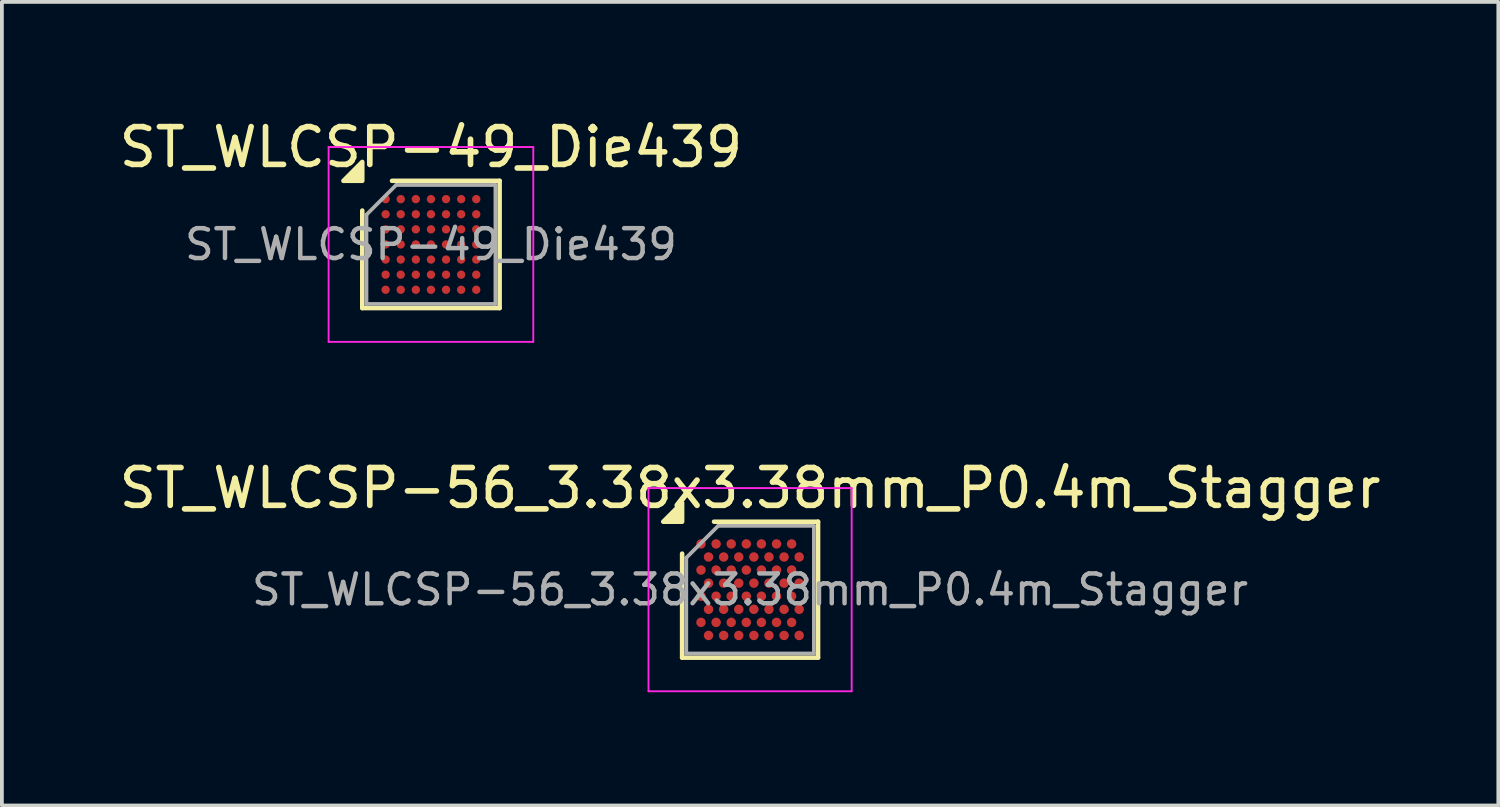
<source format=kicad_pcb>
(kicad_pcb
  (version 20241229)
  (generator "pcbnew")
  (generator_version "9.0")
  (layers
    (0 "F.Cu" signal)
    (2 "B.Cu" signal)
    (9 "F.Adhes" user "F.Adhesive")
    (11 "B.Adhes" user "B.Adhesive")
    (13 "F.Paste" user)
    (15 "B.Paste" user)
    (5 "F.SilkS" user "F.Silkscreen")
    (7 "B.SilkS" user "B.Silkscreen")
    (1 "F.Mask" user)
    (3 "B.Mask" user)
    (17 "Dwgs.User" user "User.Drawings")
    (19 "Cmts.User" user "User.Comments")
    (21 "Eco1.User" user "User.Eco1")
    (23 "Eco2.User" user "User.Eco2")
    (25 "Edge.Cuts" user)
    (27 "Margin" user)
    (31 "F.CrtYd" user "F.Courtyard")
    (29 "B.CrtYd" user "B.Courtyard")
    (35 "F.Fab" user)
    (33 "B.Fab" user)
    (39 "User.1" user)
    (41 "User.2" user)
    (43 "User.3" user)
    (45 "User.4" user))
  (footprint "ST_WLCSP-56_3.38x3.38mm_P0.4m_Stagger"
    (layer "F.Cu")
    (at 16.815 12.567)
    (property "Reference" "ST_WLCSP-56_3.38x3.38mm_P0.4m_Stagger" (at 0 -2.69 0) (layer "F.SilkS") (effects (font (size 1 1) (thickness 0.15))))
    (attr smd)
    (fp_line (start -1.8 1.8) (end -1.8 -0.955) (stroke (width 0.12) (type solid)) (layer "F.SilkS"))
    (fp_line (start -0.955 -1.8) (end 1.8 -1.8) (stroke (width 0.12) (type solid)) (layer "F.SilkS"))
    (fp_line (start 1.8 -1.8) (end 1.8 1.8) (stroke (width 0.12) (type solid)) (layer "F.SilkS"))
    (fp_line (start 1.8 1.8) (end -1.8 1.8) (stroke (width 0.12) (type solid)) (layer "F.SilkS"))
    (fp_poly (pts (xy -1.8 -1.8) (xy -2.3 -1.8) (xy -1.8 -2.3) (xy -1.8 -1.8)) (stroke (width 0.12) (type solid)) (fill yes) (layer "F.SilkS"))
    (fp_line (start -2.69 -2.69) (end -2.69 2.69) (stroke (width 0.05) (type solid)) (layer "F.CrtYd"))
    (fp_line (start -2.69 2.69) (end 2.69 2.69) (stroke (width 0.05) (type solid)) (layer "F.CrtYd"))
    (fp_line (start 2.69 -2.69) (end -2.69 -2.69) (stroke (width 0.05) (type solid)) (layer "F.CrtYd"))
    (fp_line (start 2.69 2.69) (end 2.69 -2.69) (stroke (width 0.05) (type solid)) (layer "F.CrtYd"))
    (fp_line (start -1.69 -0.845) (end -0.845 -1.69) (stroke (width 0.1) (type solid)) (layer "F.Fab"))
    (fp_line (start -1.69 1.69) (end -1.69 -0.845) (stroke (width 0.1) (type solid)) (layer "F.Fab"))
    (fp_line (start -0.845 -1.69) (end 1.69 -1.69) (stroke (width 0.1) (type solid)) (layer "F.Fab"))
    (fp_line (start 1.69 -1.69) (end 1.69 1.69) (stroke (width 0.1) (type solid)) (layer "F.Fab"))
    (fp_line (start 1.69 1.69) (end -1.69 1.69) (stroke (width 0.1) (type solid)) (layer "F.Fab"))
    (fp_text user "${REFERENCE}" (at 0 0 0) (layer "F.Fab") (effects (font (size 0.79 0.79) (thickness 0.118))))
    (pad "A1" smd circle (at -1.3 -1.212) (size 0.25 0.25) (property pad_prop_bga) (layers "F.Cu" "F.Mask" "F.Paste"))
    (pad "A3" smd circle (at -0.9 -1.212) (size 0.25 0.25) (property pad_prop_bga) (layers "F.Cu" "F.Mask" "F.Paste"))
    (pad "A5" smd circle (at -0.5 -1.212) (size 0.25 0.25) (property pad_prop_bga) (layers "F.Cu" "F.Mask" "F.Paste"))
    (pad "A7" smd circle (at -0.1 -1.212) (size 0.25 0.25) (property pad_prop_bga) (layers "F.Cu" "F.Mask" "F.Paste"))
    (pad "A9" smd circle (at 0.3 -1.212) (size 0.25 0.25) (property pad_prop_bga) (layers "F.Cu" "F.Mask" "F.Paste"))
    (pad "A11" smd circle (at 0.7 -1.212) (size 0.25 0.25) (property pad_prop_bga) (layers "F.Cu" "F.Mask" "F.Paste"))
    (pad "A13" smd circle (at 1.1 -1.212) (size 0.25 0.25) (property pad_prop_bga) (layers "F.Cu" "F.Mask" "F.Paste"))
    (pad "B2" smd circle (at -1.1 -0.866) (size 0.25 0.25) (property pad_prop_bga) (layers "F.Cu" "F.Mask" "F.Paste"))
    (pad "B4" smd circle (at -0.7 -0.866) (size 0.25 0.25) (property pad_prop_bga) (layers "F.Cu" "F.Mask" "F.Paste"))
    (pad "B6" smd circle (at -0.3 -0.866) (size 0.25 0.25) (property pad_prop_bga) (layers "F.Cu" "F.Mask" "F.Paste"))
    (pad "B8" smd circle (at 0.1 -0.866) (size 0.25 0.25) (property pad_prop_bga) (layers "F.Cu" "F.Mask" "F.Paste"))
    (pad "B10" smd circle (at 0.5 -0.866) (size 0.25 0.25) (property pad_prop_bga) (layers "F.Cu" "F.Mask" "F.Paste"))
    (pad "B12" smd circle (at 0.9 -0.866) (size 0.25 0.25) (property pad_prop_bga) (layers "F.Cu" "F.Mask" "F.Paste"))
    (pad "B14" smd circle (at 1.3 -0.866) (size 0.25 0.25) (property pad_prop_bga) (layers "F.Cu" "F.Mask" "F.Paste"))
    (pad "C1" smd circle (at -1.3 -0.52) (size 0.25 0.25) (property pad_prop_bga) (layers "F.Cu" "F.Mask" "F.Paste"))
    (pad "C3" smd circle (at -0.9 -0.52) (size 0.25 0.25) (property pad_prop_bga) (layers "F.Cu" "F.Mask" "F.Paste"))
    (pad "C5" smd circle (at -0.5 -0.52) (size 0.25 0.25) (property pad_prop_bga) (layers "F.Cu" "F.Mask" "F.Paste"))
    (pad "C7" smd circle (at -0.1 -0.52) (size 0.25 0.25) (property pad_prop_bga) (layers "F.Cu" "F.Mask" "F.Paste"))
    (pad "C9" smd circle (at 0.3 -0.52) (size 0.25 0.25) (property pad_prop_bga) (layers "F.Cu" "F.Mask" "F.Paste"))
    (pad "C11" smd circle (at 0.7 -0.52) (size 0.25 0.25) (property pad_prop_bga) (layers "F.Cu" "F.Mask" "F.Paste"))
    (pad "C13" smd circle (at 1.1 -0.52) (size 0.25 0.25) (property pad_prop_bga) (layers "F.Cu" "F.Mask" "F.Paste"))
    (pad "D2" smd circle (at -1.1 -0.173) (size 0.25 0.25) (property pad_prop_bga) (layers "F.Cu" "F.Mask" "F.Paste"))
    (pad "D4" smd circle (at -0.7 -0.173) (size 0.25 0.25) (property pad_prop_bga) (layers "F.Cu" "F.Mask" "F.Paste"))
    (pad "D6" smd circle (at -0.3 -0.173) (size 0.25 0.25) (property pad_prop_bga) (layers "F.Cu" "F.Mask" "F.Paste"))
    (pad "D8" smd circle (at 0.1 -0.173) (size 0.25 0.25) (property pad_prop_bga) (layers "F.Cu" "F.Mask" "F.Paste"))
    (pad "D10" smd circle (at 0.5 -0.173) (size 0.25 0.25) (property pad_prop_bga) (layers "F.Cu" "F.Mask" "F.Paste"))
    (pad "D12" smd circle (at 0.9 -0.173) (size 0.25 0.25) (property pad_prop_bga) (layers "F.Cu" "F.Mask" "F.Paste"))
    (pad "D14" smd circle (at 1.3 -0.173) (size 0.25 0.25) (property pad_prop_bga) (layers "F.Cu" "F.Mask" "F.Paste"))
    (pad "E1" smd circle (at -1.3 0.173) (size 0.25 0.25) (property pad_prop_bga) (layers "F.Cu" "F.Mask" "F.Paste"))
    (pad "E3" smd circle (at -0.9 0.173) (size 0.25 0.25) (property pad_prop_bga) (layers "F.Cu" "F.Mask" "F.Paste"))
    (pad "E5" smd circle (at -0.5 0.173) (size 0.25 0.25) (property pad_prop_bga) (layers "F.Cu" "F.Mask" "F.Paste"))
    (pad "E7" smd circle (at -0.1 0.173) (size 0.25 0.25) (property pad_prop_bga) (layers "F.Cu" "F.Mask" "F.Paste"))
    (pad "E9" smd circle (at 0.3 0.173) (size 0.25 0.25) (property pad_prop_bga) (layers "F.Cu" "F.Mask" "F.Paste"))
    (pad "E11" smd circle (at 0.7 0.173) (size 0.25 0.25) (property pad_prop_bga) (layers "F.Cu" "F.Mask" "F.Paste"))
    (pad "E13" smd circle (at 1.1 0.173) (size 0.25 0.25) (property pad_prop_bga) (layers "F.Cu" "F.Mask" "F.Paste"))
    (pad "F2" smd circle (at -1.1 0.52) (size 0.25 0.25) (property pad_prop_bga) (layers "F.Cu" "F.Mask" "F.Paste"))
    (pad "F4" smd circle (at -0.7 0.52) (size 0.25 0.25) (property pad_prop_bga) (layers "F.Cu" "F.Mask" "F.Paste"))
    (pad "F6" smd circle (at -0.3 0.52) (size 0.25 0.25) (property pad_prop_bga) (layers "F.Cu" "F.Mask" "F.Paste"))
    (pad "F8" smd circle (at 0.1 0.52) (size 0.25 0.25) (property pad_prop_bga) (layers "F.Cu" "F.Mask" "F.Paste"))
    (pad "F10" smd circle (at 0.5 0.52) (size 0.25 0.25) (property pad_prop_bga) (layers "F.Cu" "F.Mask" "F.Paste"))
    (pad "F12" smd circle (at 0.9 0.52) (size 0.25 0.25) (property pad_prop_bga) (layers "F.Cu" "F.Mask" "F.Paste"))
    (pad "F14" smd circle (at 1.3 0.52) (size 0.25 0.25) (property pad_prop_bga) (layers "F.Cu" "F.Mask" "F.Paste"))
    (pad "G1" smd circle (at -1.3 0.866) (size 0.25 0.25) (property pad_prop_bga) (layers "F.Cu" "F.Mask" "F.Paste"))
    (pad "G3" smd circle (at -0.9 0.866) (size 0.25 0.25) (property pad_prop_bga) (layers "F.Cu" "F.Mask" "F.Paste"))
    (pad "G5" smd circle (at -0.5 0.866) (size 0.25 0.25) (property pad_prop_bga) (layers "F.Cu" "F.Mask" "F.Paste"))
    (pad "G7" smd circle (at -0.1 0.866) (size 0.25 0.25) (property pad_prop_bga) (layers "F.Cu" "F.Mask" "F.Paste"))
    (pad "G9" smd circle (at 0.3 0.866) (size 0.25 0.25) (property pad_prop_bga) (layers "F.Cu" "F.Mask" "F.Paste"))
    (pad "G11" smd circle (at 0.7 0.866) (size 0.25 0.25) (property pad_prop_bga) (layers "F.Cu" "F.Mask" "F.Paste"))
    (pad "G13" smd circle (at 1.1 0.866) (size 0.25 0.25) (property pad_prop_bga) (layers "F.Cu" "F.Mask" "F.Paste"))
    (pad "H2" smd circle (at -1.1 1.212) (size 0.25 0.25) (property pad_prop_bga) (layers "F.Cu" "F.Mask" "F.Paste"))
    (pad "H4" smd circle (at -0.7 1.212) (size 0.25 0.25) (property pad_prop_bga) (layers "F.Cu" "F.Mask" "F.Paste"))
    (pad "H6" smd circle (at -0.3 1.212) (size 0.25 0.25) (property pad_prop_bga) (layers "F.Cu" "F.Mask" "F.Paste"))
    (pad "H8" smd circle (at 0.1 1.212) (size 0.25 0.25) (property pad_prop_bga) (layers "F.Cu" "F.Mask" "F.Paste"))
    (pad "H10" smd circle (at 0.5 1.212) (size 0.25 0.25) (property pad_prop_bga) (layers "F.Cu" "F.Mask" "F.Paste"))
    (pad "H12" smd circle (at 0.9 1.212) (size 0.25 0.25) (property pad_prop_bga) (layers "F.Cu" "F.Mask" "F.Paste"))
    (pad "H14" smd circle (at 1.3 1.212) (size 0.25 0.25) (property pad_prop_bga) (layers "F.Cu" "F.Mask" "F.Paste")))
  (footprint "ST_WLCSP-49_Die439"
    (layer "F.Cu")
    (at 8.363 3.424)
    (property "Reference" "ST_WLCSP-49_Die439" (at 0 -2.575 0) (layer "F.SilkS") (effects (font (size 1 1) (thickness 0.15))))
    (attr smd)
    (fp_line (start -1.819 1.685) (end -1.819 -0.898) (stroke (width 0.12) (type solid)) (layer "F.SilkS"))
    (fp_line (start -1.031 -1.685) (end 1.819 -1.685) (stroke (width 0.12) (type solid)) (layer "F.SilkS"))
    (fp_line (start 1.819 -1.685) (end 1.819 1.685) (stroke (width 0.12) (type solid)) (layer "F.SilkS"))
    (fp_line (start 1.819 1.685) (end -1.819 1.685) (stroke (width 0.12) (type solid)) (layer "F.SilkS"))
    (fp_poly (pts (xy -1.819 -1.685) (xy -2.318 -1.685) (xy -1.819 -2.186) (xy -1.819 -1.685)) (stroke (width 0.12) (type solid)) (fill yes) (layer "F.SilkS"))
    (fp_line (start -2.71 -2.58) (end -2.71 2.58) (stroke (width 0.05) (type solid)) (layer "F.CrtYd"))
    (fp_line (start -2.71 2.58) (end 2.71 2.58) (stroke (width 0.05) (type solid)) (layer "F.CrtYd"))
    (fp_line (start 2.71 -2.58) (end -2.71 -2.58) (stroke (width 0.05) (type solid)) (layer "F.CrtYd"))
    (fp_line (start 2.71 2.58) (end 2.71 -2.58) (stroke (width 0.05) (type solid)) (layer "F.CrtYd"))
    (fp_line (start -1.708 -0.788) (end -0.921 -1.575) (stroke (width 0.1) (type solid)) (layer "F.Fab"))
    (fp_line (start -1.708 1.575) (end -1.708 -0.788) (stroke (width 0.1) (type solid)) (layer "F.Fab"))
    (fp_line (start -0.921 -1.575) (end 1.708 -1.575) (stroke (width 0.1) (type solid)) (layer "F.Fab"))
    (fp_line (start 1.708 -1.575) (end 1.708 1.575) (stroke (width 0.1) (type solid)) (layer "F.Fab"))
    (fp_line (start 1.708 1.575) (end -1.708 1.575) (stroke (width 0.1) (type solid)) (layer "F.Fab"))
    (fp_text user "${REFERENCE}" (at 0 0 0) (layer "F.Fab") (effects (font (size 0.79 0.79) (thickness 0.118))))
    (pad "A1" smd circle (at -1.2 -1.2) (size 0.22 0.22) (property pad_prop_bga) (layers "F.Cu" "F.Mask" "F.Paste"))
    (pad "A2" smd circle (at -0.8 -1.2) (size 0.22 0.22) (property pad_prop_bga) (layers "F.Cu" "F.Mask" "F.Paste"))
    (pad "A3" smd circle (at -0.4 -1.2) (size 0.22 0.22) (property pad_prop_bga) (layers "F.Cu" "F.Mask" "F.Paste"))
    (pad "A4" smd circle (at 0 -1.2) (size 0.22 0.22) (property pad_prop_bga) (layers "F.Cu" "F.Mask" "F.Paste"))
    (pad "A5" smd circle (at 0.4 -1.2) (size 0.22 0.22) (property pad_prop_bga) (layers "F.Cu" "F.Mask" "F.Paste"))
    (pad "A6" smd circle (at 0.8 -1.2) (size 0.22 0.22) (property pad_prop_bga) (layers "F.Cu" "F.Mask" "F.Paste"))
    (pad "A7" smd circle (at 1.2 -1.2) (size 0.22 0.22) (property pad_prop_bga) (layers "F.Cu" "F.Mask" "F.Paste"))
    (pad "B1" smd circle (at -1.2 -0.8) (size 0.22 0.22) (property pad_prop_bga) (layers "F.Cu" "F.Mask" "F.Paste"))
    (pad "B2" smd circle (at -0.8 -0.8) (size 0.22 0.22) (property pad_prop_bga) (layers "F.Cu" "F.Mask" "F.Paste"))
    (pad "B3" smd circle (at -0.4 -0.8) (size 0.22 0.22) (property pad_prop_bga) (layers "F.Cu" "F.Mask" "F.Paste"))
    (pad "B4" smd circle (at 0 -0.8) (size 0.22 0.22) (property pad_prop_bga) (layers "F.Cu" "F.Mask" "F.Paste"))
    (pad "B5" smd circle (at 0.4 -0.8) (size 0.22 0.22) (property pad_prop_bga) (layers "F.Cu" "F.Mask" "F.Paste"))
    (pad "B6" smd circle (at 0.8 -0.8) (size 0.22 0.22) (property pad_prop_bga) (layers "F.Cu" "F.Mask" "F.Paste"))
    (pad "B7" smd circle (at 1.2 -0.8) (size 0.22 0.22) (property pad_prop_bga) (layers "F.Cu" "F.Mask" "F.Paste"))
    (pad "C1" smd circle (at -1.2 -0.4) (size 0.22 0.22) (property pad_prop_bga) (layers "F.Cu" "F.Mask" "F.Paste"))
    (pad "C2" smd circle (at -0.8 -0.4) (size 0.22 0.22) (property pad_prop_bga) (layers "F.Cu" "F.Mask" "F.Paste"))
    (pad "C3" smd circle (at -0.4 -0.4) (size 0.22 0.22) (property pad_prop_bga) (layers "F.Cu" "F.Mask" "F.Paste"))
    (pad "C4" smd circle (at 0 -0.4) (size 0.22 0.22) (property pad_prop_bga) (layers "F.Cu" "F.Mask" "F.Paste"))
    (pad "C5" smd circle (at 0.4 -0.4) (size 0.22 0.22) (property pad_prop_bga) (layers "F.Cu" "F.Mask" "F.Paste"))
    (pad "C6" smd circle (at 0.8 -0.4) (size 0.22 0.22) (property pad_prop_bga) (layers "F.Cu" "F.Mask" "F.Paste"))
    (pad "C7" smd circle (at 1.2 -0.4) (size 0.22 0.22) (property pad_prop_bga) (layers "F.Cu" "F.Mask" "F.Paste"))
    (pad "D1" smd circle (at -1.2 0) (size 0.22 0.22) (property pad_prop_bga) (layers "F.Cu" "F.Mask" "F.Paste"))
    (pad "D2" smd circle (at -0.8 0) (size 0.22 0.22) (property pad_prop_bga) (layers "F.Cu" "F.Mask" "F.Paste"))
    (pad "D3" smd circle (at -0.4 0) (size 0.22 0.22) (property pad_prop_bga) (layers "F.Cu" "F.Mask" "F.Paste"))
    (pad "D4" smd circle (at 0 0) (size 0.22 0.22) (property pad_prop_bga) (layers "F.Cu" "F.Mask" "F.Paste"))
    (pad "D5" smd circle (at 0.4 0) (size 0.22 0.22) (property pad_prop_bga) (layers "F.Cu" "F.Mask" "F.Paste"))
    (pad "D6" smd circle (at 0.8 0) (size 0.22 0.22) (property pad_prop_bga) (layers "F.Cu" "F.Mask" "F.Paste"))
    (pad "D7" smd circle (at 1.2 0) (size 0.22 0.22) (property pad_prop_bga) (layers "F.Cu" "F.Mask" "F.Paste"))
    (pad "E1" smd circle (at -1.2 0.4) (size 0.22 0.22) (property pad_prop_bga) (layers "F.Cu" "F.Mask" "F.Paste"))
    (pad "E2" smd circle (at -0.8 0.4) (size 0.22 0.22) (property pad_prop_bga) (layers "F.Cu" "F.Mask" "F.Paste"))
    (pad "E3" smd circle (at -0.4 0.4) (size 0.22 0.22) (property pad_prop_bga) (layers "F.Cu" "F.Mask" "F.Paste"))
    (pad "E4" smd circle (at 0 0.4) (size 0.22 0.22) (property pad_prop_bga) (layers "F.Cu" "F.Mask" "F.Paste"))
    (pad "E5" smd circle (at 0.4 0.4) (size 0.22 0.22) (property pad_prop_bga) (layers "F.Cu" "F.Mask" "F.Paste"))
    (pad "E6" smd circle (at 0.8 0.4) (size 0.22 0.22) (property pad_prop_bga) (layers "F.Cu" "F.Mask" "F.Paste"))
    (pad "E7" smd circle (at 1.2 0.4) (size 0.22 0.22) (property pad_prop_bga) (layers "F.Cu" "F.Mask" "F.Paste"))
    (pad "F1" smd circle (at -1.2 0.8) (size 0.22 0.22) (property pad_prop_bga) (layers "F.Cu" "F.Mask" "F.Paste"))
    (pad "F2" smd circle (at -0.8 0.8) (size 0.22 0.22) (property pad_prop_bga) (layers "F.Cu" "F.Mask" "F.Paste"))
    (pad "F3" smd circle (at -0.4 0.8) (size 0.22 0.22) (property pad_prop_bga) (layers "F.Cu" "F.Mask" "F.Paste"))
    (pad "F4" smd circle (at 0 0.8) (size 0.22 0.22) (property pad_prop_bga) (layers "F.Cu" "F.Mask" "F.Paste"))
    (pad "F5" smd circle (at 0.4 0.8) (size 0.22 0.22) (property pad_prop_bga) (layers "F.Cu" "F.Mask" "F.Paste"))
    (pad "F6" smd circle (at 0.8 0.8) (size 0.22 0.22) (property pad_prop_bga) (layers "F.Cu" "F.Mask" "F.Paste"))
    (pad "F7" smd circle (at 1.2 0.8) (size 0.22 0.22) (property pad_prop_bga) (layers "F.Cu" "F.Mask" "F.Paste"))
    (pad "G1" smd circle (at -1.2 1.2) (size 0.22 0.22) (property pad_prop_bga) (layers "F.Cu" "F.Mask" "F.Paste"))
    (pad "G2" smd circle (at -0.8 1.2) (size 0.22 0.22) (property pad_prop_bga) (layers "F.Cu" "F.Mask" "F.Paste"))
    (pad "G3" smd circle (at -0.4 1.2) (size 0.22 0.22) (property pad_prop_bga) (layers "F.Cu" "F.Mask" "F.Paste"))
    (pad "G4" smd circle (at 0 1.2) (size 0.22 0.22) (property pad_prop_bga) (layers "F.Cu" "F.Mask" "F.Paste"))
    (pad "G5" smd circle (at 0.4 1.2) (size 0.22 0.22) (property pad_prop_bga) (layers "F.Cu" "F.Mask" "F.Paste"))
    (pad "G6" smd circle (at 0.8 1.2) (size 0.22 0.22) (property pad_prop_bga) (layers "F.Cu" "F.Mask" "F.Paste"))
    (pad "G7" smd circle (at 1.2 1.2) (size 0.22 0.22) (property pad_prop_bga) (layers "F.Cu" "F.Mask" "F.Paste")))
  (gr_rect
    (start -3 -3)
    (end 36.631 18.282)
    (stroke (width 0.1) (type default))
    (fill no)
    (layer "Edge.Cuts")))
</source>
